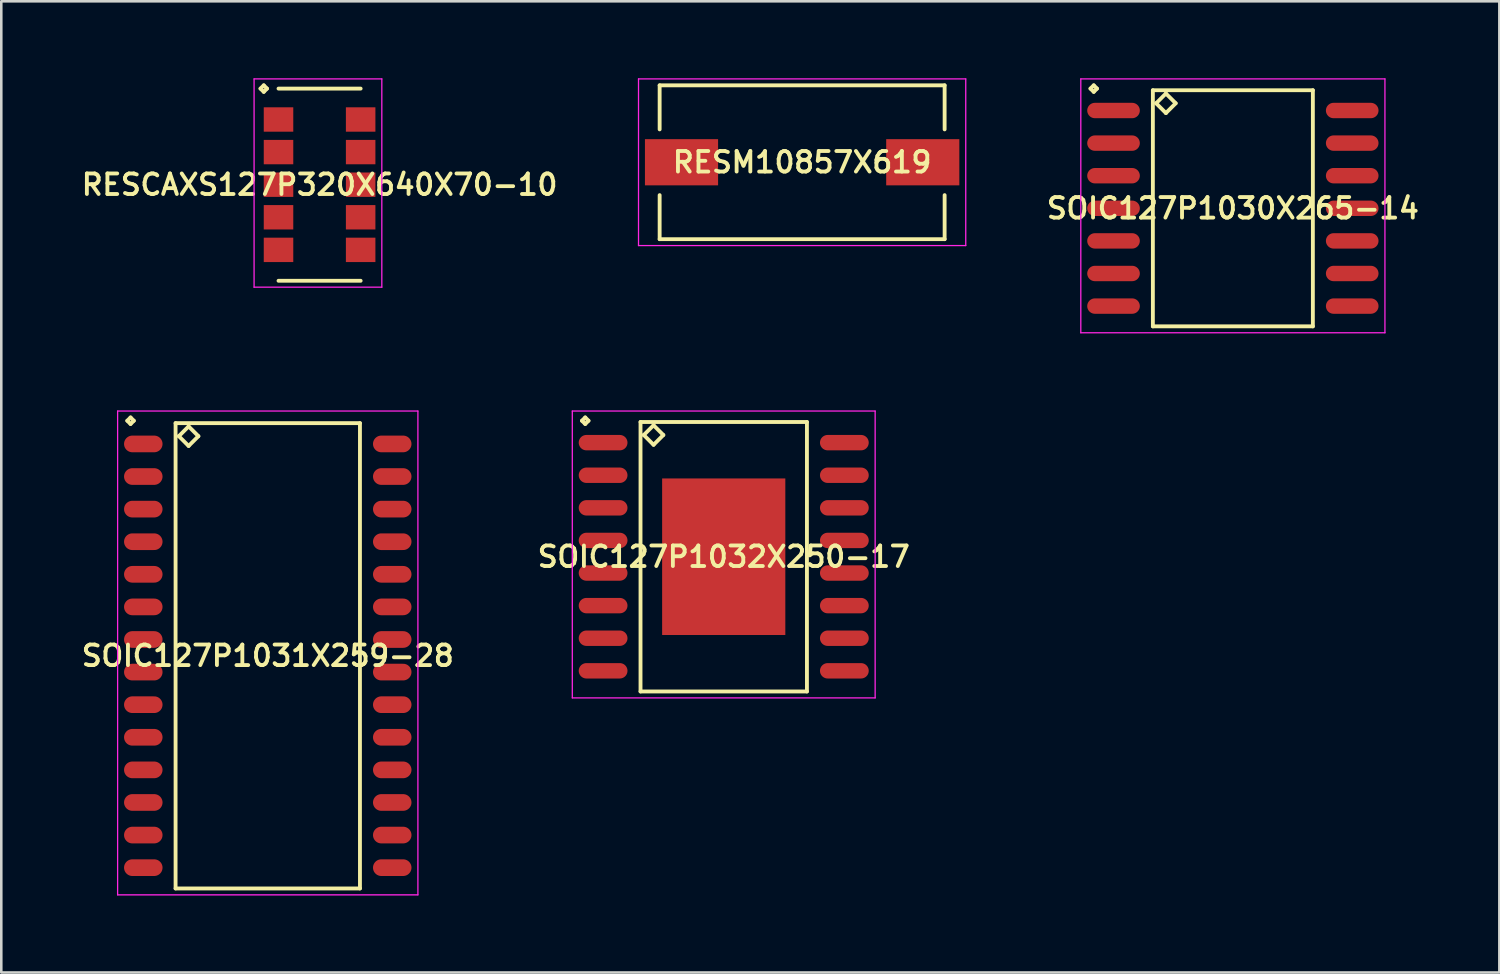
<source format=kicad_pcb>
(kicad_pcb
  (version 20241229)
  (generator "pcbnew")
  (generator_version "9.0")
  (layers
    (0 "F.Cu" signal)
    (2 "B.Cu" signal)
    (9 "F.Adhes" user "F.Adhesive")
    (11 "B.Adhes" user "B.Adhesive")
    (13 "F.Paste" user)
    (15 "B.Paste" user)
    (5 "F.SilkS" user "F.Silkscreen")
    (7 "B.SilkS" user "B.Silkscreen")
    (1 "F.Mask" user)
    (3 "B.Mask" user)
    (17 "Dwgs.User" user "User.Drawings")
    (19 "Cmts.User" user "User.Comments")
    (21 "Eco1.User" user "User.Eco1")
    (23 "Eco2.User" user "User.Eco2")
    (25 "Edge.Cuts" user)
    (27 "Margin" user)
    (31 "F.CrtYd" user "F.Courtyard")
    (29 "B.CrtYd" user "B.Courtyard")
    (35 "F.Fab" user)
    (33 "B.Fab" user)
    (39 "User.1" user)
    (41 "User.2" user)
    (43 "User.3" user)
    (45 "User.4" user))
  (footprint "RESM10857X619"
    (layer "F.Cu")
    (at 28.204 3.272)
    (property "Reference" "RESM10857X619" (at 0 0 0) (layer "F.SilkS") (effects (font (size 0.8 0.8) (thickness 0.15))))
    (attr smd)
    (fp_line (start -5.552 -2.997) (end 5.552 -2.997) (stroke (width 0.15) (type solid)) (layer "F.SilkS"))
    (fp_line (start -5.552 -1.281) (end -5.552 -2.997) (stroke (width 0.15) (type solid)) (layer "F.SilkS"))
    (fp_line (start -5.552 1.281) (end -5.552 2.997) (stroke (width 0.15) (type solid)) (layer "F.SilkS"))
    (fp_line (start -5.552 2.997) (end 5.552 2.997) (stroke (width 0.15) (type solid)) (layer "F.SilkS"))
    (fp_line (start 5.552 -2.997) (end 5.552 -1.281) (stroke (width 0.15) (type solid)) (layer "F.SilkS"))
    (fp_line (start 5.552 2.997) (end 5.552 1.281) (stroke (width 0.15) (type solid)) (layer "F.SilkS"))
    (fp_line (start -6.375 -3.247) (end 6.375 -3.247) (stroke (width 0.05) (type solid)) (layer "F.CrtYd"))
    (fp_line (start -6.375 3.247) (end -6.375 -3.247) (stroke (width 0.05) (type solid)) (layer "F.CrtYd"))
    (fp_line (start 6.375 -3.247) (end 6.375 3.247) (stroke (width 0.05) (type solid)) (layer "F.CrtYd"))
    (fp_line (start 6.375 3.247) (end -6.375 3.247) (stroke (width 0.05) (type solid)) (layer "F.CrtYd"))
    (pad "1" smd rect (at -4.7 0) (size 2.85 1.8) (layers "F.Cu" "F.Mask" "F.Paste"))
    (pad "2" smd rect (at 4.7 0) (size 2.85 1.8) (layers "F.Cu" "F.Mask" "F.Paste")))
  (footprint "SOIC127P1030X265-14"
    (layer "F.Cu")
    (at 44.987 5.066)
    (property "Reference" "SOIC127P1030X265-14" (at 0 0 0) (layer "F.SilkS") (effects (font (size 0.8 0.8) (thickness 0.15))))
    (attr smd)
    (fp_line (start -5.548 -4.664) (end -5.421 -4.791) (stroke (width 0.15) (type solid)) (layer "F.SilkS"))
    (fp_line (start -5.421 -4.791) (end -5.294 -4.664) (stroke (width 0.15) (type solid)) (layer "F.SilkS"))
    (fp_line (start -5.421 -4.537) (end -5.548 -4.664) (stroke (width 0.15) (type solid)) (layer "F.SilkS"))
    (fp_line (start -5.294 -4.664) (end -5.421 -4.537) (stroke (width 0.15) (type solid)) (layer "F.SilkS"))
    (fp_line (start -3.117 -4.6) (end -3.117 4.6) (stroke (width 0.15) (type solid)) (layer "F.SilkS"))
    (fp_line (start -3.117 4.6) (end 3.117 4.6) (stroke (width 0.15) (type solid)) (layer "F.SilkS"))
    (fp_line (start -2.99 -4.092) (end -2.609 -4.473) (stroke (width 0.15) (type solid)) (layer "F.SilkS"))
    (fp_line (start -2.609 -4.473) (end -2.228 -4.092) (stroke (width 0.15) (type solid)) (layer "F.SilkS"))
    (fp_line (start -2.609 -3.711) (end -2.99 -4.092) (stroke (width 0.15) (type solid)) (layer "F.SilkS"))
    (fp_line (start -2.228 -4.092) (end -2.609 -3.711) (stroke (width 0.15) (type solid)) (layer "F.SilkS"))
    (fp_line (start 3.117 -4.6) (end -3.117 -4.6) (stroke (width 0.15) (type solid)) (layer "F.SilkS"))
    (fp_line (start 3.117 4.6) (end 3.117 -4.6) (stroke (width 0.15) (type solid)) (layer "F.SilkS"))
    (fp_line (start -5.925 -5.041) (end 5.925 -5.041) (stroke (width 0.05) (type solid)) (layer "F.CrtYd"))
    (fp_line (start -5.925 4.85) (end -5.925 -5.041) (stroke (width 0.05) (type solid)) (layer "F.CrtYd"))
    (fp_line (start 5.925 -5.041) (end 5.925 4.85) (stroke (width 0.05) (type solid)) (layer "F.CrtYd"))
    (fp_line (start 5.925 4.85) (end -5.925 4.85) (stroke (width 0.05) (type solid)) (layer "F.CrtYd"))
    (pad "1" smd oval (at -4.65 -3.81) (size 2.05 0.6) (layers "F.Cu" "F.Mask" "F.Paste"))
    (pad "2" smd oval (at -4.65 -2.54) (size 2.05 0.6) (layers "F.Cu" "F.Mask" "F.Paste"))
    (pad "3" smd oval (at -4.65 -1.27) (size 2.05 0.6) (layers "F.Cu" "F.Mask" "F.Paste"))
    (pad "4" smd oval (at -4.65 0) (size 2.05 0.6) (layers "F.Cu" "F.Mask" "F.Paste"))
    (pad "5" smd oval (at -4.65 1.27) (size 2.05 0.6) (layers "F.Cu" "F.Mask" "F.Paste"))
    (pad "6" smd oval (at -4.65 2.54) (size 2.05 0.6) (layers "F.Cu" "F.Mask" "F.Paste"))
    (pad "7" smd oval (at -4.65 3.81) (size 2.05 0.6) (layers "F.Cu" "F.Mask" "F.Paste"))
    (pad "8" smd oval (at 4.65 3.81) (size 2.05 0.6) (layers "F.Cu" "F.Mask" "F.Paste"))
    (pad "9" smd oval (at 4.65 2.54) (size 2.05 0.6) (layers "F.Cu" "F.Mask" "F.Paste"))
    (pad "10" smd oval (at 4.65 1.27) (size 2.05 0.6) (layers "F.Cu" "F.Mask" "F.Paste"))
    (pad "11" smd oval (at 4.65 0) (size 2.05 0.6) (layers "F.Cu" "F.Mask" "F.Paste"))
    (pad "12" smd oval (at 4.65 -1.27) (size 2.05 0.6) (layers "F.Cu" "F.Mask" "F.Paste"))
    (pad "13" smd oval (at 4.65 -2.54) (size 2.05 0.6) (layers "F.Cu" "F.Mask" "F.Paste"))
    (pad "14" smd oval (at 4.65 -3.81) (size 2.05 0.6) (layers "F.Cu" "F.Mask" "F.Paste")))
  (footprint "SOIC127P1032X250-17"
    (layer "F.Cu")
    (at 25.149 18.642)
    (property "Reference" "SOIC127P1032X250-17" (at 0 0 0) (layer "F.SilkS") (effects (font (size 0.8 0.8) (thickness 0.15))))
    (attr smd)
    (fp_line (start -5.523 -5.299) (end -5.396 -5.426) (stroke (width 0.15) (type solid)) (layer "F.SilkS"))
    (fp_line (start -5.396 -5.426) (end -5.269 -5.299) (stroke (width 0.15) (type solid)) (layer "F.SilkS"))
    (fp_line (start -5.396 -5.172) (end -5.523 -5.299) (stroke (width 0.15) (type solid)) (layer "F.SilkS"))
    (fp_line (start -5.269 -5.299) (end -5.396 -5.172) (stroke (width 0.15) (type solid)) (layer "F.SilkS"))
    (fp_line (start -3.242 -5.25) (end -3.242 5.25) (stroke (width 0.15) (type solid)) (layer "F.SilkS"))
    (fp_line (start -3.242 5.25) (end 3.242 5.25) (stroke (width 0.15) (type solid)) (layer "F.SilkS"))
    (fp_line (start -3.115 -4.742) (end -2.734 -5.123) (stroke (width 0.15) (type solid)) (layer "F.SilkS"))
    (fp_line (start -2.734 -5.123) (end -2.353 -4.742) (stroke (width 0.15) (type solid)) (layer "F.SilkS"))
    (fp_line (start -2.734 -4.361) (end -3.115 -4.742) (stroke (width 0.15) (type solid)) (layer "F.SilkS"))
    (fp_line (start -2.353 -4.742) (end -2.734 -4.361) (stroke (width 0.15) (type solid)) (layer "F.SilkS"))
    (fp_line (start 3.242 -5.25) (end -3.242 -5.25) (stroke (width 0.15) (type solid)) (layer "F.SilkS"))
    (fp_line (start 3.242 5.25) (end 3.242 -5.25) (stroke (width 0.15) (type solid)) (layer "F.SilkS"))
    (fp_line (start -5.9 -5.676) (end 5.9 -5.676) (stroke (width 0.05) (type solid)) (layer "F.CrtYd"))
    (fp_line (start -5.9 5.5) (end -5.9 -5.676) (stroke (width 0.05) (type solid)) (layer "F.CrtYd"))
    (fp_line (start 5.9 -5.676) (end 5.9 5.5) (stroke (width 0.05) (type solid)) (layer "F.CrtYd"))
    (fp_line (start 5.9 5.5) (end -5.9 5.5) (stroke (width 0.05) (type solid)) (layer "F.CrtYd"))
    (pad "1" smd oval (at -4.7 -4.445) (size 1.9 0.6) (layers "F.Cu" "F.Mask" "F.Paste"))
    (pad "2" smd oval (at -4.7 -3.175) (size 1.9 0.6) (layers "F.Cu" "F.Mask" "F.Paste"))
    (pad "3" smd oval (at -4.7 -1.905) (size 1.9 0.6) (layers "F.Cu" "F.Mask" "F.Paste"))
    (pad "4" smd oval (at -4.7 -0.635) (size 1.9 0.6) (layers "F.Cu" "F.Mask" "F.Paste"))
    (pad "5" smd oval (at -4.7 0.635) (size 1.9 0.6) (layers "F.Cu" "F.Mask" "F.Paste"))
    (pad "6" smd oval (at -4.7 1.905) (size 1.9 0.6) (layers "F.Cu" "F.Mask" "F.Paste"))
    (pad "7" smd oval (at -4.7 3.175) (size 1.9 0.6) (layers "F.Cu" "F.Mask" "F.Paste"))
    (pad "8" smd oval (at -4.7 4.445) (size 1.9 0.6) (layers "F.Cu" "F.Mask" "F.Paste"))
    (pad "9" smd oval (at 4.7 4.445) (size 1.9 0.6) (layers "F.Cu" "F.Mask" "F.Paste"))
    (pad "10" smd oval (at 4.7 3.175) (size 1.9 0.6) (layers "F.Cu" "F.Mask" "F.Paste"))
    (pad "11" smd oval (at 4.7 1.905) (size 1.9 0.6) (layers "F.Cu" "F.Mask" "F.Paste"))
    (pad "12" smd oval (at 4.7 0.635) (size 1.9 0.6) (layers "F.Cu" "F.Mask" "F.Paste"))
    (pad "13" smd oval (at 4.7 -0.635) (size 1.9 0.6) (layers "F.Cu" "F.Mask" "F.Paste"))
    (pad "14" smd oval (at 4.7 -1.905) (size 1.9 0.6) (layers "F.Cu" "F.Mask" "F.Paste"))
    (pad "15" smd oval (at 4.7 -3.175) (size 1.9 0.6) (layers "F.Cu" "F.Mask" "F.Paste"))
    (pad "16" smd oval (at 4.7 -4.445) (size 1.9 0.6) (layers "F.Cu" "F.Mask" "F.Paste"))
    (pad "17" smd rect (at 0 0) (size 4.8 6.1) (layers "F.Cu" "F.Mask" "F.Paste")))
  (footprint "SOIC127P1031X259-28"
    (layer "F.Cu")
    (at 7.383 22.502)
    (property "Reference" "SOIC127P1031X259-28" (at 0 0 0) (layer "F.SilkS") (effects (font (size 0.8 0.8) (thickness 0.15))))
    (attr smd)
    (fp_line (start -5.473 -9.159) (end -5.346 -9.286) (stroke (width 0.15) (type solid)) (layer "F.SilkS"))
    (fp_line (start -5.346 -9.286) (end -5.219 -9.159) (stroke (width 0.15) (type solid)) (layer "F.SilkS"))
    (fp_line (start -5.346 -9.032) (end -5.473 -9.159) (stroke (width 0.15) (type solid)) (layer "F.SilkS"))
    (fp_line (start -5.219 -9.159) (end -5.346 -9.032) (stroke (width 0.15) (type solid)) (layer "F.SilkS"))
    (fp_line (start -3.592 -9.065) (end -3.592 9.065) (stroke (width 0.15) (type solid)) (layer "F.SilkS"))
    (fp_line (start -3.592 9.065) (end 3.592 9.065) (stroke (width 0.15) (type solid)) (layer "F.SilkS"))
    (fp_line (start -3.465 -8.557) (end -3.084 -8.938) (stroke (width 0.15) (type solid)) (layer "F.SilkS"))
    (fp_line (start -3.084 -8.938) (end -2.703 -8.557) (stroke (width 0.15) (type solid)) (layer "F.SilkS"))
    (fp_line (start -3.084 -8.176) (end -3.465 -8.557) (stroke (width 0.15) (type solid)) (layer "F.SilkS"))
    (fp_line (start -2.703 -8.557) (end -3.084 -8.176) (stroke (width 0.15) (type solid)) (layer "F.SilkS"))
    (fp_line (start 3.592 -9.065) (end -3.592 -9.065) (stroke (width 0.15) (type solid)) (layer "F.SilkS"))
    (fp_line (start 3.592 9.065) (end 3.592 -9.065) (stroke (width 0.15) (type solid)) (layer "F.SilkS"))
    (fp_line (start -5.85 -9.536) (end 5.85 -9.536) (stroke (width 0.05) (type solid)) (layer "F.CrtYd"))
    (fp_line (start -5.85 9.315) (end -5.85 -9.536) (stroke (width 0.05) (type solid)) (layer "F.CrtYd"))
    (fp_line (start 5.85 -9.536) (end 5.85 9.315) (stroke (width 0.05) (type solid)) (layer "F.CrtYd"))
    (fp_line (start 5.85 9.315) (end -5.85 9.315) (stroke (width 0.05) (type solid)) (layer "F.CrtYd"))
    (pad "1" smd oval (at -4.85 -8.255) (size 1.5 0.65) (layers "F.Cu" "F.Mask" "F.Paste"))
    (pad "2" smd oval (at -4.85 -6.985) (size 1.5 0.65) (layers "F.Cu" "F.Mask" "F.Paste"))
    (pad "3" smd oval (at -4.85 -5.715) (size 1.5 0.65) (layers "F.Cu" "F.Mask" "F.Paste"))
    (pad "4" smd oval (at -4.85 -4.445) (size 1.5 0.65) (layers "F.Cu" "F.Mask" "F.Paste"))
    (pad "5" smd oval (at -4.85 -3.175) (size 1.5 0.65) (layers "F.Cu" "F.Mask" "F.Paste"))
    (pad "6" smd oval (at -4.85 -1.905) (size 1.5 0.65) (layers "F.Cu" "F.Mask" "F.Paste"))
    (pad "7" smd oval (at -4.85 -0.635) (size 1.5 0.65) (layers "F.Cu" "F.Mask" "F.Paste"))
    (pad "8" smd oval (at -4.85 0.635) (size 1.5 0.65) (layers "F.Cu" "F.Mask" "F.Paste"))
    (pad "9" smd oval (at -4.85 1.905) (size 1.5 0.65) (layers "F.Cu" "F.Mask" "F.Paste"))
    (pad "10" smd oval (at -4.85 3.175) (size 1.5 0.65) (layers "F.Cu" "F.Mask" "F.Paste"))
    (pad "11" smd oval (at -4.85 4.445) (size 1.5 0.65) (layers "F.Cu" "F.Mask" "F.Paste"))
    (pad "12" smd oval (at -4.85 5.715) (size 1.5 0.65) (layers "F.Cu" "F.Mask" "F.Paste"))
    (pad "13" smd oval (at -4.85 6.985) (size 1.5 0.65) (layers "F.Cu" "F.Mask" "F.Paste"))
    (pad "14" smd oval (at -4.85 8.255) (size 1.5 0.65) (layers "F.Cu" "F.Mask" "F.Paste"))
    (pad "15" smd oval (at 4.85 8.255) (size 1.5 0.65) (layers "F.Cu" "F.Mask" "F.Paste"))
    (pad "16" smd oval (at 4.85 6.985) (size 1.5 0.65) (layers "F.Cu" "F.Mask" "F.Paste"))
    (pad "17" smd oval (at 4.85 5.715) (size 1.5 0.65) (layers "F.Cu" "F.Mask" "F.Paste"))
    (pad "18" smd oval (at 4.85 4.445) (size 1.5 0.65) (layers "F.Cu" "F.Mask" "F.Paste"))
    (pad "19" smd oval (at 4.85 3.175) (size 1.5 0.65) (layers "F.Cu" "F.Mask" "F.Paste"))
    (pad "20" smd oval (at 4.85 1.905) (size 1.5 0.65) (layers "F.Cu" "F.Mask" "F.Paste"))
    (pad "21" smd oval (at 4.85 0.635) (size 1.5 0.65) (layers "F.Cu" "F.Mask" "F.Paste"))
    (pad "22" smd oval (at 4.85 -0.635) (size 1.5 0.65) (layers "F.Cu" "F.Mask" "F.Paste"))
    (pad "23" smd oval (at 4.85 -1.905) (size 1.5 0.65) (layers "F.Cu" "F.Mask" "F.Paste"))
    (pad "24" smd oval (at 4.85 -3.175) (size 1.5 0.65) (layers "F.Cu" "F.Mask" "F.Paste"))
    (pad "25" smd oval (at 4.85 -4.445) (size 1.5 0.65) (layers "F.Cu" "F.Mask" "F.Paste"))
    (pad "26" smd oval (at 4.85 -5.715) (size 1.5 0.65) (layers "F.Cu" "F.Mask" "F.Paste"))
    (pad "27" smd oval (at 4.85 -6.985) (size 1.5 0.65) (layers "F.Cu" "F.Mask" "F.Paste"))
    (pad "28" smd oval (at 4.85 -8.255) (size 1.5 0.65) (layers "F.Cu" "F.Mask" "F.Paste")))
  (footprint "RESCAXS127P320X640X70-10"
    (layer "F.Cu")
    (at 9.402 4.146)
    (property "Reference" "RESCAXS127P320X640X70-10" (at 0 0 0) (layer "F.SilkS") (effects (font (size 0.8 0.8) (thickness 0.15))))
    (attr smd)
    (fp_line (start -2.302 -3.744) (end -2.175 -3.871) (stroke (width 0.15) (type solid)) (layer "F.SilkS"))
    (fp_line (start -2.175 -3.871) (end -2.048 -3.744) (stroke (width 0.15) (type solid)) (layer "F.SilkS"))
    (fp_line (start -2.175 -3.617) (end -2.302 -3.744) (stroke (width 0.15) (type solid)) (layer "F.SilkS"))
    (fp_line (start -2.048 -3.744) (end -2.175 -3.617) (stroke (width 0.15) (type solid)) (layer "F.SilkS"))
    (fp_line (start -1.6 -3.744) (end 1.6 -3.744) (stroke (width 0.15) (type solid)) (layer "F.SilkS"))
    (fp_line (start -1.6 3.744) (end 1.6 3.744) (stroke (width 0.15) (type solid)) (layer "F.SilkS"))
    (fp_line (start -2.552 -4.121) (end 2.425 -4.121) (stroke (width 0.05) (type solid)) (layer "F.CrtYd"))
    (fp_line (start -2.552 3.994) (end -2.552 -4.121) (stroke (width 0.05) (type solid)) (layer "F.CrtYd"))
    (fp_line (start 2.425 -4.121) (end 2.425 3.994) (stroke (width 0.05) (type solid)) (layer "F.CrtYd"))
    (fp_line (start 2.425 3.994) (end -2.552 3.994) (stroke (width 0.05) (type solid)) (layer "F.CrtYd"))
    (pad "1" smd rect (at -1.6 -2.54) (size 1.15 0.95) (layers "F.Cu" "F.Mask" "F.Paste"))
    (pad "2" smd rect (at -1.6 -1.27) (size 1.15 0.95) (layers "F.Cu" "F.Mask" "F.Paste"))
    (pad "3" smd rect (at -1.6 0) (size 1.15 0.95) (layers "F.Cu" "F.Mask" "F.Paste"))
    (pad "4" smd rect (at -1.6 1.27) (size 1.15 0.95) (layers "F.Cu" "F.Mask" "F.Paste"))
    (pad "5" smd rect (at -1.6 2.54) (size 1.15 0.95) (layers "F.Cu" "F.Mask" "F.Paste"))
    (pad "6" smd rect (at 1.6 2.54) (size 1.15 0.95) (layers "F.Cu" "F.Mask" "F.Paste"))
    (pad "7" smd rect (at 1.6 1.27) (size 1.15 0.95) (layers "F.Cu" "F.Mask" "F.Paste"))
    (pad "8" smd rect (at 1.6 0) (size 1.15 0.95) (layers "F.Cu" "F.Mask" "F.Paste"))
    (pad "9" smd rect (at 1.6 -1.27) (size 1.15 0.95) (layers "F.Cu" "F.Mask" "F.Paste"))
    (pad "10" smd rect (at 1.6 -2.54) (size 1.15 0.95) (layers "F.Cu" "F.Mask" "F.Paste")))
  (gr_rect
    (start -3 -3)
    (end 55.37 34.842)
    (stroke (width 0.1) (type default))
    (fill no)
    (layer "Edge.Cuts")))
</source>
